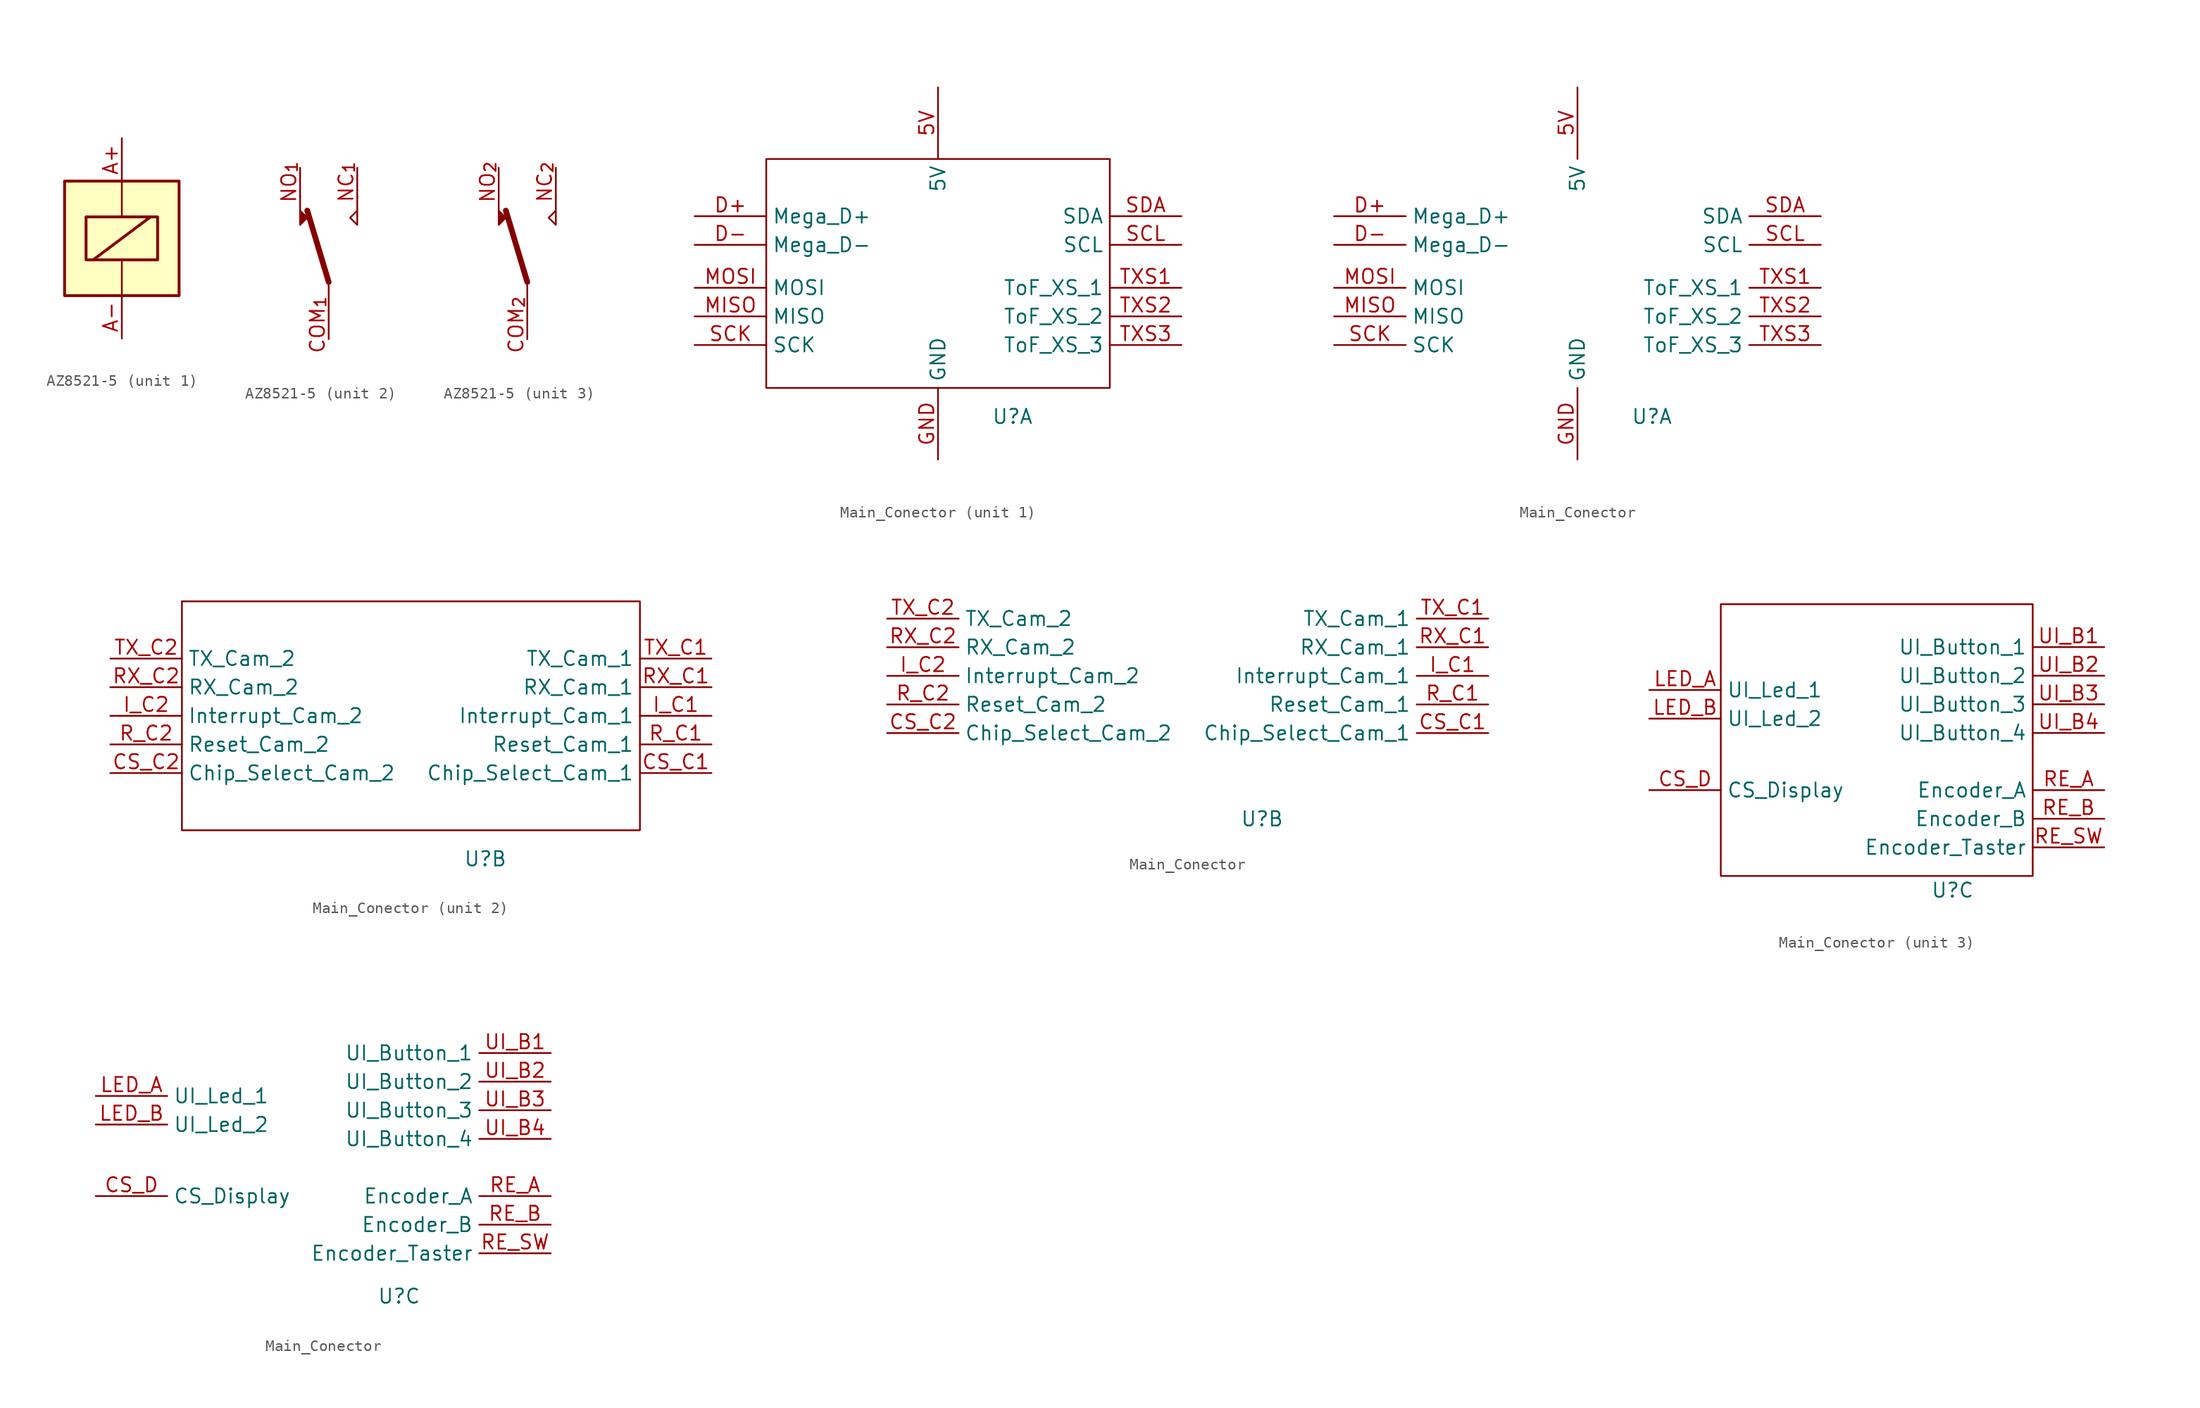
<source format=kicad_sym>
(kicad_symbol_lib
  (version 20241209)
  (generator "kicad_symbol_editor")
  (generator_version "9.0")
  (symbol "AZ8521-5"
    (property "Reference" "U"
      (at 5.08 8.128 0)
      (effects (font (size 1.27 1.27)) (hide yes)))
    (property "Value" ""
      (at 0 14.478 0)
      (effects (font (size 1.27 1.27))))
    (property "ki_locked" ""
      (at 0 0 0)
      (effects (font (size 1.27 1.27))))
    (symbol "AZ8521-5_1_1"
      (rectangle (start -5.08 5.08) (end 5.08 -5.08) (stroke (width 0.254) (type default)) (fill (type background)))
      (rectangle (start -3.175 1.905) (end 3.175 -1.905) (stroke (width 0.254) (type default)) (fill (type none)))
      (polyline (pts (xy -2.54 -1.905) (xy 2.54 1.905)) (stroke (width 0.254) (type default)) (fill (type none)))
      (polyline (pts (xy 0 5.08) (xy 0 1.905)) (stroke (width 0) (type default)) (fill (type none)))
      (polyline (pts (xy 0 -5.08) (xy 0 -1.905)) (stroke (width 0) (type default)) (fill (type none)))
      (pin passive line (at 0 8.89 270) (length 3.81) (name "~" (effects (font (size 1.27 1.27)))) (number "A+" (effects (font (size 1.27 1.27)))))
      (pin passive line (at 0 -8.89 90) (length 3.81) (name "~" (effects (font (size 1.27 1.27)))) (number "A-" (effects (font (size 1.27 1.27))))))
    (symbol "AZ8521-5_2_1"
      (polyline (pts (xy -2.54 3.81) (xy -2.54 1.27) (xy -1.905 1.905) (xy -2.54 2.54)) (stroke (width 0) (type default)) (fill (type outline)))
      (polyline (pts (xy 0 -3.81) (xy -1.905 2.54)) (stroke (width 0.508) (type default)) (fill (type none)))
      (polyline (pts (xy 0 -3.81) (xy 0 -6.35)) (stroke (width 0) (type default)) (fill (type none)))
      (polyline (pts (xy 2.54 3.81) (xy 2.54 1.27) (xy 1.905 1.905) (xy 2.54 2.54)) (stroke (width 0) (type default)) (fill (type none)))
      (pin passive line (at -2.54 6.35 270) (length 2.54) (name "~" (effects (font (size 1.27 1.27)))) (number "NO_{1}" (effects (font (size 1.27 1.27)))))
      (pin passive line (at 0 -8.89 90) (length 2.54) (name "~" (effects (font (size 1.27 1.27)))) (number "COM_{1}" (effects (font (size 1.27 1.27)))))
      (pin passive line (at 2.54 6.35 270) (length 2.54) (name "~" (effects (font (size 1.27 1.27)))) (number "NC_{1}" (effects (font (size 1.27 1.27))))))
    (symbol "AZ8521-5_3_1"
      (polyline (pts (xy -2.54 3.81) (xy -2.54 1.27) (xy -1.905 1.905) (xy -2.54 2.54)) (stroke (width 0) (type default)) (fill (type outline)))
      (polyline (pts (xy 0 -3.81) (xy -1.905 2.54)) (stroke (width 0.508) (type default)) (fill (type none)))
      (polyline (pts (xy 0 -3.81) (xy 0 -6.35)) (stroke (width 0) (type default)) (fill (type none)))
      (polyline (pts (xy 2.54 3.81) (xy 2.54 1.27) (xy 1.905 1.905) (xy 2.54 2.54)) (stroke (width 0) (type default)) (fill (type none)))
      (pin passive line (at -2.54 6.35 270) (length 2.54) (name "~" (effects (font (size 1.27 1.27)))) (number "NO_{2}" (effects (font (size 1.27 1.27)))))
      (pin passive line (at 0 -8.89 90) (length 2.54) (name "~" (effects (font (size 1.27 1.27)))) (number "COM_{2}" (effects (font (size 1.27 1.27)))))
      (pin passive line (at 2.54 6.35 270) (length 2.54) (name "~" (effects (font (size 1.27 1.27)))) (number "NC_{2}" (effects (font (size 1.27 1.27)))))))
  (symbol "Main_Conector"
    (property "Reference" "U"
      (at 6.604 -12.7 0)
      (effects (font (size 1.27 1.27))))
    (property "Value" ""
      (at 0 0 0)
      (effects (font (size 1.27 1.27))))
    (property "ki_locked" ""
      (at 0 0 0)
      (effects (font (size 1.27 1.27))))
    (symbol "Main_Conector_1_1"
      (rectangle (start -15.24 10.16) (end 15.24 -10.16) (stroke (width 0) (type default)) (fill (type none)))
      (pin input line (at -21.59 5.08 0) (length 6.35) (name "Mega_D+" (effects (font (size 1.27 1.27)))) (number "D+" (effects (font (size 1.27 1.27)))))
      (pin input line (at -21.59 2.54 0) (length 6.35) (name "Mega_D-" (effects (font (size 1.27 1.27)))) (number "D-" (effects (font (size 1.27 1.27)))))
      (pin input line (at -21.59 -1.27 0) (length 6.35) (name "MOSI" (effects (font (size 1.27 1.27)))) (number "MOSI" (effects (font (size 1.27 1.27)))))
      (pin input line (at -21.59 -3.81 0) (length 6.35) (name "MISO" (effects (font (size 1.27 1.27)))) (number "MISO" (effects (font (size 1.27 1.27)))))
      (pin input line (at -21.59 -6.35 0) (length 6.35) (name "SCK" (effects (font (size 1.27 1.27)))) (number "SCK" (effects (font (size 1.27 1.27)))))
      (pin power_in line (at 0 16.51 270) (length 6.35) (name "5V" (effects (font (size 1.27 1.27)))) (number "5V" (effects (font (size 1.27 1.27)))))
      (pin power_in line (at 0 -16.51 90) (length 6.35) (name "GND" (effects (font (size 1.27 1.27)))) (number "GND" (effects (font (size 1.27 1.27)))))
      (pin bidirectional line (at 21.59 5.08 180) (length 6.35) (name "SDA" (effects (font (size 1.27 1.27)))) (number "SDA" (effects (font (size 1.27 1.27)))))
      (pin input line (at 21.59 2.54 180) (length 6.35) (name "SCL" (effects (font (size 1.27 1.27)))) (number "SCL" (effects (font (size 1.27 1.27)))))
      (pin input line (at 21.59 -1.27 180) (length 6.35) (name "ToF_XS_1" (effects (font (size 1.27 1.27)))) (number "TXS1" (effects (font (size 1.27 1.27)))))
      (pin input line (at 21.59 -3.81 180) (length 6.35) (name "ToF_XS_2" (effects (font (size 1.27 1.27)))) (number "TXS2" (effects (font (size 1.27 1.27)))))
      (pin input line (at 21.59 -6.35 180) (length 6.35) (name "ToF_XS_3" (effects (font (size 1.27 1.27)))) (number "TXS3" (effects (font (size 1.27 1.27))))))
    (symbol "Main_Conector_1_2"
      (pin input line (at -21.59 5.08 0) (length 6.35) (name "Mega_D+" (effects (font (size 1.27 1.27)))) (number "D+" (effects (font (size 1.27 1.27)))))
      (pin input line (at -21.59 2.54 0) (length 6.35) (name "Mega_D-" (effects (font (size 1.27 1.27)))) (number "D-" (effects (font (size 1.27 1.27)))))
      (pin input line (at -21.59 -1.27 0) (length 6.35) (name "MOSI" (effects (font (size 1.27 1.27)))) (number "MOSI" (effects (font (size 1.27 1.27)))))
      (pin input line (at -21.59 -3.81 0) (length 6.35) (name "MISO" (effects (font (size 1.27 1.27)))) (number "MISO" (effects (font (size 1.27 1.27)))))
      (pin input line (at -21.59 -6.35 0) (length 6.35) (name "SCK" (effects (font (size 1.27 1.27)))) (number "SCK" (effects (font (size 1.27 1.27)))))
      (pin power_in line (at 0 16.51 270) (length 6.35) (name "5V" (effects (font (size 1.27 1.27)))) (number "5V" (effects (font (size 1.27 1.27)))))
      (pin power_in line (at 0 -16.51 90) (length 6.35) (name "GND" (effects (font (size 1.27 1.27)))) (number "GND" (effects (font (size 1.27 1.27)))))
      (pin bidirectional line (at 21.59 5.08 180) (length 6.35) (name "SDA" (effects (font (size 1.27 1.27)))) (number "SDA" (effects (font (size 1.27 1.27)))))
      (pin input line (at 21.59 2.54 180) (length 6.35) (name "SCL" (effects (font (size 1.27 1.27)))) (number "SCL" (effects (font (size 1.27 1.27)))))
      (pin input line (at 21.59 -1.27 180) (length 6.35) (name "ToF_XS_1" (effects (font (size 1.27 1.27)))) (number "TXS1" (effects (font (size 1.27 1.27)))))
      (pin input line (at 21.59 -3.81 180) (length 6.35) (name "ToF_XS_2" (effects (font (size 1.27 1.27)))) (number "TXS2" (effects (font (size 1.27 1.27)))))
      (pin input line (at 21.59 -6.35 180) (length 6.35) (name "ToF_XS_3" (effects (font (size 1.27 1.27)))) (number "TXS3" (effects (font (size 1.27 1.27))))))
    (symbol "Main_Conector_2_1"
      (rectangle (start -20.32 10.16) (end 20.32 -10.16) (stroke (width 0) (type default)) (fill (type none)))
      (pin output line (at -26.67 5.08 0) (length 6.35) (name "TX_Cam_2" (effects (font (size 1.27 1.27)))) (number "TX_C2" (effects (font (size 1.27 1.27)))))
      (pin input line (at -26.67 2.54 0) (length 6.35) (name "RX_Cam_2" (effects (font (size 1.27 1.27)))) (number "RX_C2" (effects (font (size 1.27 1.27)))))
      (pin input line (at -26.67 0 0) (length 6.35) (name "Interrupt_Cam_2" (effects (font (size 1.27 1.27)))) (number "I_C2" (effects (font (size 1.27 1.27)))))
      (pin input line (at -26.67 -2.54 0) (length 6.35) (name "Reset_Cam_2" (effects (font (size 1.27 1.27)))) (number "R_C2" (effects (font (size 1.27 1.27)))))
      (pin input line (at -26.67 -5.08 0) (length 6.35) (name "Chip_Select_Cam_2" (effects (font (size 1.27 1.27)))) (number "CS_C2" (effects (font (size 1.27 1.27)))))
      (pin output line (at 26.67 5.08 180) (length 6.35) (name "TX_Cam_1" (effects (font (size 1.27 1.27)))) (number "TX_C1" (effects (font (size 1.27 1.27)))))
      (pin input line (at 26.67 2.54 180) (length 6.35) (name "RX_Cam_1" (effects (font (size 1.27 1.27)))) (number "RX_C1" (effects (font (size 1.27 1.27)))))
      (pin input line (at 26.67 0 180) (length 6.35) (name "Interrupt_Cam_1" (effects (font (size 1.27 1.27)))) (number "I_C1" (effects (font (size 1.27 1.27)))))
      (pin input line (at 26.67 -2.54 180) (length 6.35) (name "Reset_Cam_1" (effects (font (size 1.27 1.27)))) (number "R_C1" (effects (font (size 1.27 1.27)))))
      (pin input line (at 26.67 -5.08 180) (length 6.35) (name "Chip_Select_Cam_1" (effects (font (size 1.27 1.27)))) (number "CS_C1" (effects (font (size 1.27 1.27))))))
    (symbol "Main_Conector_2_2"
      (pin output line (at -26.67 5.08 0) (length 6.35) (name "TX_Cam_2" (effects (font (size 1.27 1.27)))) (number "TX_C2" (effects (font (size 1.27 1.27)))))
      (pin input line (at -26.67 2.54 0) (length 6.35) (name "RX_Cam_2" (effects (font (size 1.27 1.27)))) (number "RX_C2" (effects (font (size 1.27 1.27)))))
      (pin input line (at -26.67 0 0) (length 6.35) (name "Interrupt_Cam_2" (effects (font (size 1.27 1.27)))) (number "I_C2" (effects (font (size 1.27 1.27)))))
      (pin input line (at -26.67 -2.54 0) (length 6.35) (name "Reset_Cam_2" (effects (font (size 1.27 1.27)))) (number "R_C2" (effects (font (size 1.27 1.27)))))
      (pin input line (at -26.67 -5.08 0) (length 6.35) (name "Chip_Select_Cam_2" (effects (font (size 1.27 1.27)))) (number "CS_C2" (effects (font (size 1.27 1.27)))))
      (pin output line (at 26.67 5.08 180) (length 6.35) (name "TX_Cam_1" (effects (font (size 1.27 1.27)))) (number "TX_C1" (effects (font (size 1.27 1.27)))))
      (pin input line (at 26.67 2.54 180) (length 6.35) (name "RX_Cam_1" (effects (font (size 1.27 1.27)))) (number "RX_C1" (effects (font (size 1.27 1.27)))))
      (pin input line (at 26.67 0 180) (length 6.35) (name "Interrupt_Cam_1" (effects (font (size 1.27 1.27)))) (number "I_C1" (effects (font (size 1.27 1.27)))))
      (pin input line (at 26.67 -2.54 180) (length 6.35) (name "Reset_Cam_1" (effects (font (size 1.27 1.27)))) (number "R_C1" (effects (font (size 1.27 1.27)))))
      (pin input line (at 26.67 -5.08 180) (length 6.35) (name "Chip_Select_Cam_1" (effects (font (size 1.27 1.27)))) (number "CS_C1" (effects (font (size 1.27 1.27))))))
    (symbol "Main_Conector_3_1"
      (rectangle (start -13.97 12.7) (end 13.716 -11.43) (stroke (width 0) (type default)) (fill (type none)))
      (pin input line (at -20.32 5.08 0) (length 6.35) (name "UI_Led_1" (effects (font (size 1.27 1.27)))) (number "LED_A" (effects (font (size 1.27 1.27)))))
      (pin input line (at -20.32 2.54 0) (length 6.35) (name "UI_Led_2" (effects (font (size 1.27 1.27)))) (number "LED_B" (effects (font (size 1.27 1.27)))))
      (pin input line (at -20.32 -3.81 0) (length 6.35) (name "CS_Display" (effects (font (size 1.27 1.27)))) (number "CS_D" (effects (font (size 1.27 1.27)))))
      (pin output line (at 20.066 8.89 180) (length 6.35) (name "UI_Button_1" (effects (font (size 1.27 1.27)))) (number "UI_B1" (effects (font (size 1.27 1.27)))))
      (pin output line (at 20.066 6.35 180) (length 6.35) (name "UI_Button_2" (effects (font (size 1.27 1.27)))) (number "UI_B2" (effects (font (size 1.27 1.27)))))
      (pin output line (at 20.066 3.81 180) (length 6.35) (name "UI_Button_3" (effects (font (size 1.27 1.27)))) (number "UI_B3" (effects (font (size 1.27 1.27)))))
      (pin output line (at 20.066 1.27 180) (length 6.35) (name "UI_Button_4" (effects (font (size 1.27 1.27)))) (number "UI_B4" (effects (font (size 1.27 1.27)))))
      (pin output line (at 20.066 -3.81 180) (length 6.35) (name "Encoder_A" (effects (font (size 1.27 1.27)))) (number "RE_A" (effects (font (size 1.27 1.27)))))
      (pin output line (at 20.066 -6.35 180) (length 6.35) (name "Encoder_B" (effects (font (size 1.27 1.27)))) (number "RE_B" (effects (font (size 1.27 1.27)))))
      (pin output line (at 20.066 -8.89 180) (length 6.35) (name "Encoder_Taster" (effects (font (size 1.27 1.27)))) (number "RE_SW" (effects (font (size 1.27 1.27))))))
    (symbol "Main_Conector_3_2"
      (pin input line (at -20.32 5.08 0) (length 6.35) (name "UI_Led_1" (effects (font (size 1.27 1.27)))) (number "LED_A" (effects (font (size 1.27 1.27)))))
      (pin input line (at -20.32 2.54 0) (length 6.35) (name "UI_Led_2" (effects (font (size 1.27 1.27)))) (number "LED_B" (effects (font (size 1.27 1.27)))))
      (pin input line (at -20.32 -3.81 0) (length 6.35) (name "CS_Display" (effects (font (size 1.27 1.27)))) (number "CS_D" (effects (font (size 1.27 1.27)))))
      (pin output line (at 20.066 8.89 180) (length 6.35) (name "UI_Button_1" (effects (font (size 1.27 1.27)))) (number "UI_B1" (effects (font (size 1.27 1.27)))))
      (pin output line (at 20.066 6.35 180) (length 6.35) (name "UI_Button_2" (effects (font (size 1.27 1.27)))) (number "UI_B2" (effects (font (size 1.27 1.27)))))
      (pin output line (at 20.066 3.81 180) (length 6.35) (name "UI_Button_3" (effects (font (size 1.27 1.27)))) (number "UI_B3" (effects (font (size 1.27 1.27)))))
      (pin output line (at 20.066 1.27 180) (length 6.35) (name "UI_Button_4" (effects (font (size 1.27 1.27)))) (number "UI_B4" (effects (font (size 1.27 1.27)))))
      (pin output line (at 20.066 -3.81 180) (length 6.35) (name "Encoder_A" (effects (font (size 1.27 1.27)))) (number "RE_A" (effects (font (size 1.27 1.27)))))
      (pin output line (at 20.066 -6.35 180) (length 6.35) (name "Encoder_B" (effects (font (size 1.27 1.27)))) (number "RE_B" (effects (font (size 1.27 1.27)))))
      (pin output line (at 20.066 -8.89 180) (length 6.35) (name "Encoder_Taster" (effects (font (size 1.27 1.27)))) (number "RE_SW" (effects (font (size 1.27 1.27))))))))
</source>
